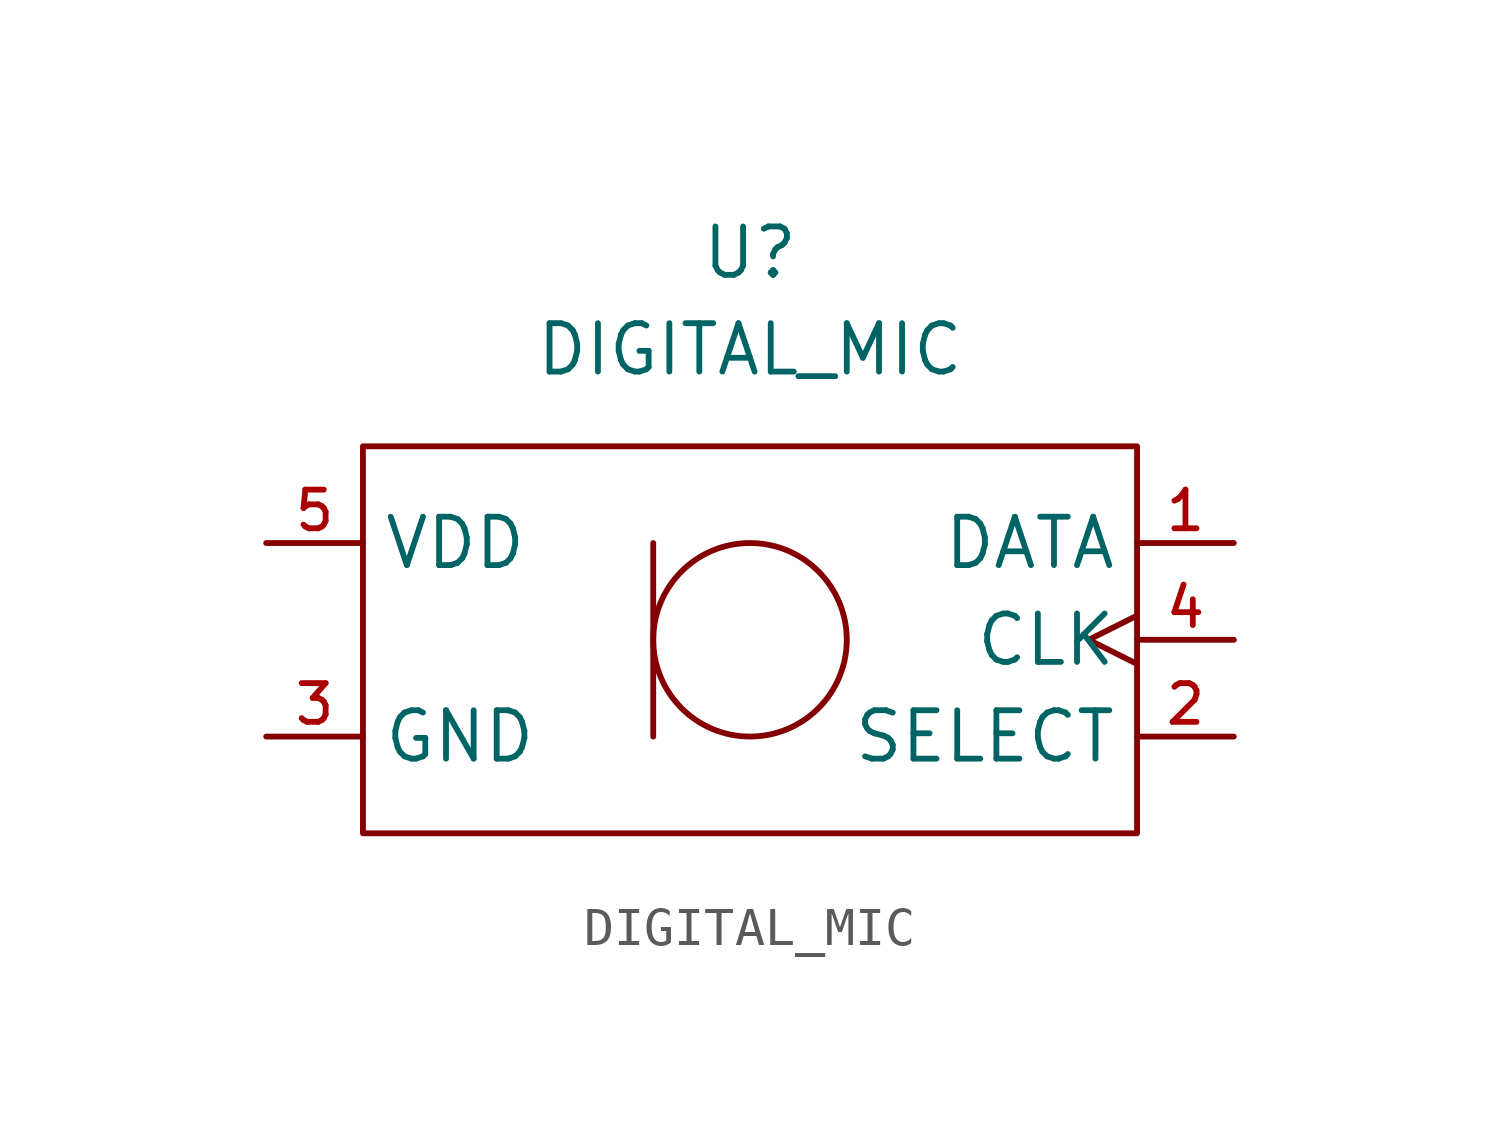
<source format=kicad_sym>
(kicad_symbol_lib
  (version 20211014)
  (generator kicad_symbol_editor)
  (symbol "DIGITAL_MIC"
    (property "Reference" "U"
      (at 0 10.16 0)
      (effects (font (size 1.27 1.27))))
    (property "Value" "DIGITAL_MIC"
      (at 0 7.62 0)
      (effects (font (size 1.27 1.27))))
    (symbol "DIGITAL_MIC_0_1"
      (rectangle (start -10.16 5.08) (end 10.16 -5.08) (stroke (width 0) (type default) (color 0 0 0 0)) (fill (type none)))
      (polyline (pts (xy -2.54 2.54) (xy -2.54 -2.54)) (stroke (width 0) (type default) (color 0 0 0 0)) (fill (type none)))
      (circle (center 0 0) (radius 2.54) (stroke (width 0) (type default) (color 0 0 0 0)) (fill (type none))))
    (symbol "DIGITAL_MIC_1_1"
      (pin tri_state line (at 12.7 2.54 180) (length 2.54) (name "DATA" (effects (font (size 1.27 1.27)))) (number "1" (effects (font (size 1.016 1.016)))))
      (pin input line (at 12.7 -2.54 180) (length 2.54) (name "SELECT" (effects (font (size 1.27 1.27)))) (number "2" (effects (font (size 1.016 1.016)))))
      (pin power_in line (at -12.7 -2.54 0) (length 2.54) (name "GND" (effects (font (size 1.27 1.27)))) (number "3" (effects (font (size 1.016 1.016)))))
      (pin input clock (at 12.7 0 180) (length 2.54) (name "CLK" (effects (font (size 1.27 1.27)))) (number "4" (effects (font (size 1.016 1.016)))))
      (pin power_in line (at -12.7 2.54 0) (length 2.54) (name "VDD" (effects (font (size 1.27 1.27)))) (number "5" (effects (font (size 1.016 1.016))))))))
</source>
